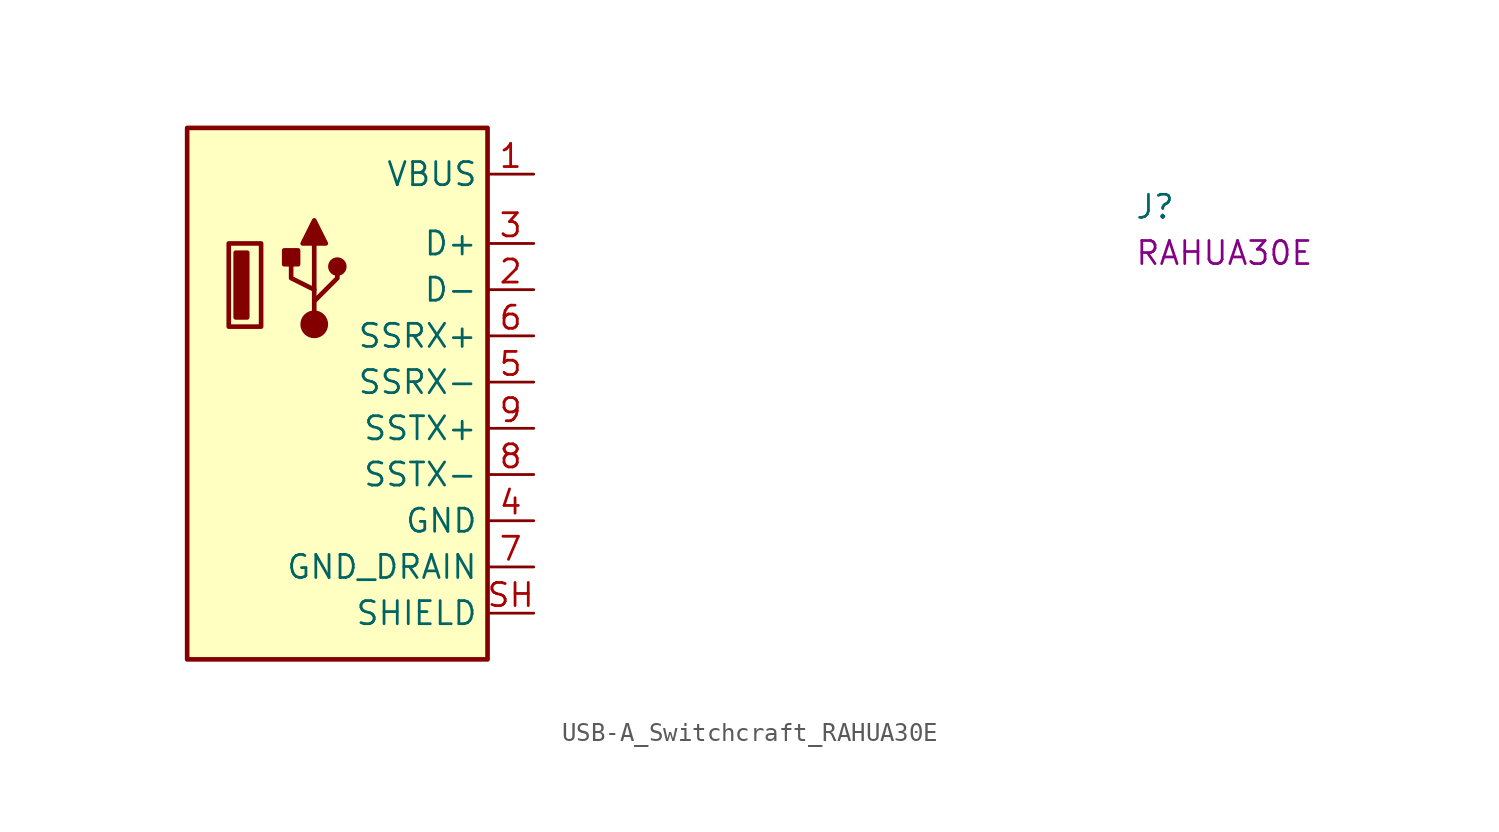
<source format=kicad_sym>
(kicad_symbol_lib
  (version 20220914)
  (generator kicad_symbol_editor)
  (symbol "USB-A_Switchcraft_RAHUA30E"
    (property "Reference" "J"
      (at 33.02 -2.54 0)
      (effects (font (size 1.27 1.27) (thickness 0.15)) (justify left bottom)))
    (property "MPN" "RAHUA30E"
      (at 33.02 -5.08 0)
      (effects (font (size 1.27 1.27) (thickness 0.15)) (justify left bottom)))
    (symbol "USB-A_Switchcraft_RAHUA30E_1_1"
      (rectangle (start -19.05 2.54) (end -2.54 -26.67) (stroke (width 0.254) (type default)) (fill (type background)))
      (rectangle (start -16.764 -8.382) (end -14.986 -3.81) (stroke (width 0.254) (type default)) (fill (type background)))
      (rectangle (start -16.383 -7.874) (end -15.748 -4.318) (stroke (width 0.254) (type default)) (fill (type outline)))
      (rectangle (start -13.716 -4.953) (end -12.954 -4.191) (stroke (width 0.254) (type default)) (fill (type outline)))
      (circle (center -12.065 -8.255) (radius 0.635) (stroke (width 0.254) (type default)) (fill (type outline)))
      (circle (center -10.795 -5.08) (radius 0.381) (stroke (width 0.254) (type default)) (fill (type outline)))
      (polyline (pts (xy -12.065 -6.35) (xy -12.065 -3.81)) (stroke (width 0.254) (type default)) (fill (type background)))
      (polyline (pts (xy -12.065 -7.62) (xy -12.065 -6.985) (xy -10.795 -5.715) (xy -10.795 -5.08)) (stroke (width 0.254) (type default)) (fill (type background)))
      (polyline (pts (xy -12.065 -6.985) (xy -12.065 -6.35) (xy -13.335 -5.715) (xy -13.335 -4.445)) (stroke (width 0.254) (type default)) (fill (type background)))
      (polyline (pts (xy -11.43 -3.81) (xy -12.7 -3.81) (xy -12.065 -2.54) (xy -11.43 -3.81)) (stroke (width 0.254) (type default)) (fill (type outline)))
      (pin passive line (at 0 0 180) (length 2.54) (name "VBUS" (effects (font (size 1.27 1.27)))) (number "1" (effects (font (size 1.27 1.27)))))
      (pin bidirectional line (at 0 -6.35 180) (length 2.54) (name "D-" (effects (font (size 1.27 1.27)))) (number "2" (effects (font (size 1.27 1.27)))))
      (pin bidirectional line (at 0 -3.81 180) (length 2.54) (name "D+" (effects (font (size 1.27 1.27)))) (number "3" (effects (font (size 1.27 1.27)))))
      (pin power_in line (at 0 -19.05 180) (length 2.54) (name "GND" (effects (font (size 1.27 1.27)))) (number "4" (effects (font (size 1.27 1.27)))))
      (pin bidirectional line (at 0 -11.43 180) (length 2.54) (name "SSRX-" (effects (font (size 1.27 1.27)))) (number "5" (effects (font (size 1.27 1.27)))))
      (pin bidirectional line (at 0 -8.89 180) (length 2.54) (name "SSRX+" (effects (font (size 1.27 1.27)))) (number "6" (effects (font (size 1.27 1.27)))))
      (pin power_in line (at 0 -21.59 180) (length 2.54) (name "GND_DRAIN" (effects (font (size 1.27 1.27)))) (number "7" (effects (font (size 1.27 1.27)))))
      (pin bidirectional line (at 0 -16.51 180) (length 2.54) (name "SSTX-" (effects (font (size 1.27 1.27)))) (number "8" (effects (font (size 1.27 1.27)))))
      (pin bidirectional line (at 0 -13.97 180) (length 2.54) (name "SSTX+" (effects (font (size 1.27 1.27)))) (number "9" (effects (font (size 1.27 1.27)))))
      (pin passive line (at 0 -24.13 180) (length 2.54) (name "SHIELD" (effects (font (size 1.27 1.27)))) (number "SH" (effects (font (size 1.27 1.27))))))))
</source>
